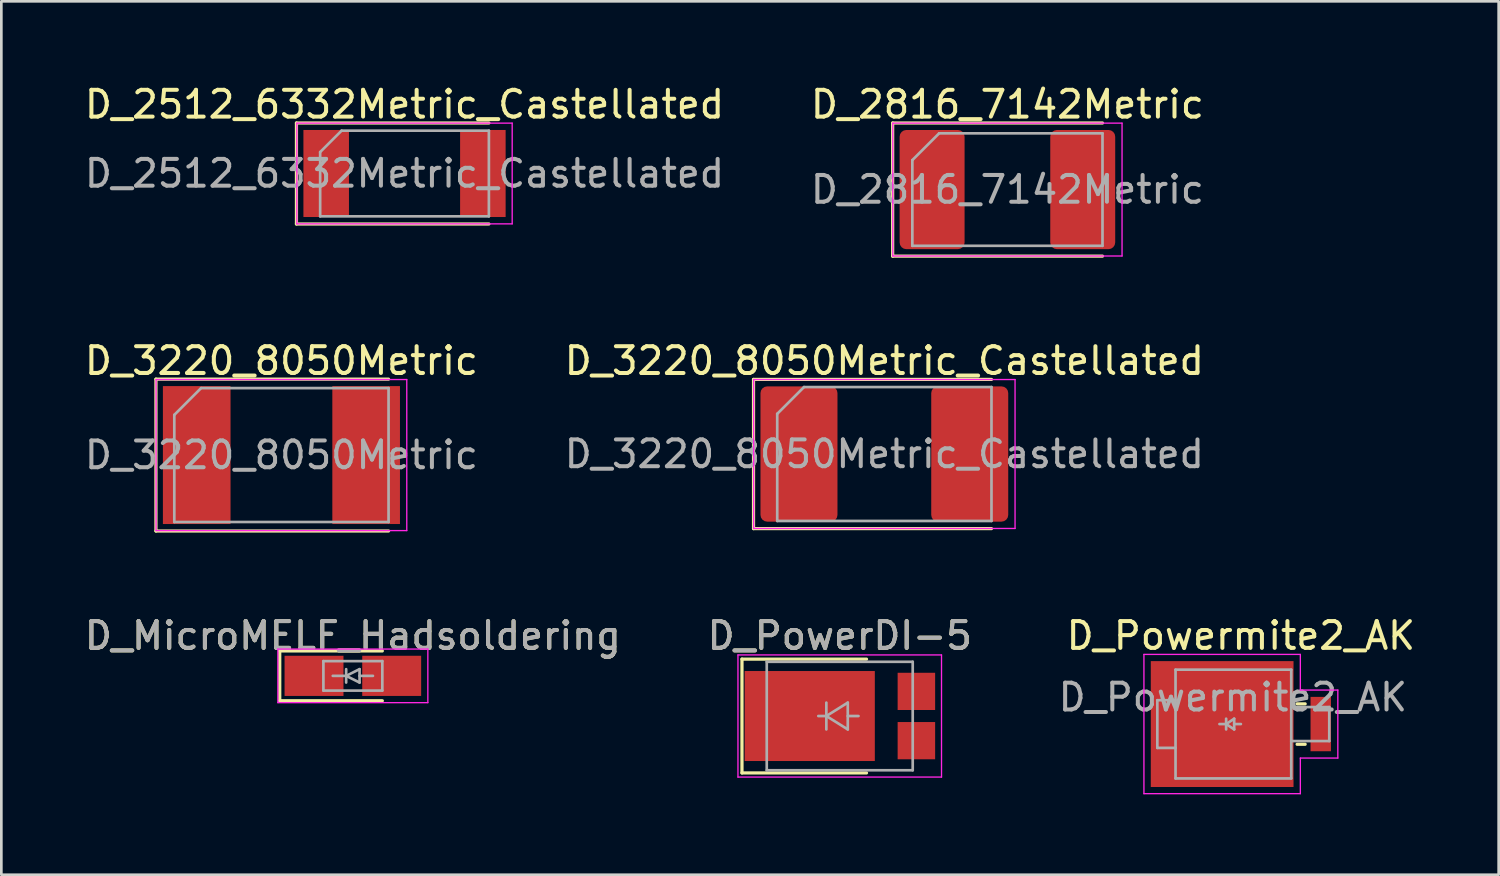
<source format=kicad_pcb>
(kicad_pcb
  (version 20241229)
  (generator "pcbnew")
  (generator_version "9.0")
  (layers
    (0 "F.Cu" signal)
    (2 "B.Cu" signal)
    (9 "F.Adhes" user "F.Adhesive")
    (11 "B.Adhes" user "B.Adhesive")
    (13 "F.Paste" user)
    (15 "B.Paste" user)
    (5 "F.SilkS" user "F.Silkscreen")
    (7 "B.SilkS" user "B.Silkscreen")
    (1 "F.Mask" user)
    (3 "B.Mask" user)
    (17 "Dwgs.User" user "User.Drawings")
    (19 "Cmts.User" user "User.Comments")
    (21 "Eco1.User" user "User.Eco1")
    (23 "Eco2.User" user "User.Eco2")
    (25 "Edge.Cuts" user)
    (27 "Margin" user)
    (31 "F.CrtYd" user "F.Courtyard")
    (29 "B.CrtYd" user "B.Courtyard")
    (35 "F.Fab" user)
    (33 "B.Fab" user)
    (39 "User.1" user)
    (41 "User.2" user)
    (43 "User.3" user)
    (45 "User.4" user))
  (footprint "D_MicroMELF_Hadsoldering"
    (layer "F.Cu")
    (at 10.125 22.185)
    (property "Reference" "D_MicroMELF_Hadsoldering" (at 0 -1.5 0) (layer "F.SilkS") (effects (font (size 1 1) (thickness 0.15))))
    (attr smd)
    (fp_line (start -2.73 -0.93) (end -2.73 0.93) (stroke (width 0.12) (type solid)) (layer "F.SilkS"))
    (fp_line (start -2.73 0.93) (end 1.1 0.93) (stroke (width 0.12) (type solid)) (layer "F.SilkS"))
    (fp_line (start 1.1 -0.93) (end -2.73 -0.93) (stroke (width 0.12) (type solid)) (layer "F.SilkS"))
    (fp_line (start -2.8 -1) (end -2.8 1) (stroke (width 0.05) (type solid)) (layer "F.CrtYd"))
    (fp_line (start -2.8 -1) (end 2.8 -1) (stroke (width 0.05) (type solid)) (layer "F.CrtYd"))
    (fp_line (start 2.8 1) (end -2.8 1) (stroke (width 0.05) (type solid)) (layer "F.CrtYd"))
    (fp_line (start 2.8 1) (end 2.8 -1) (stroke (width 0.05) (type solid)) (layer "F.CrtYd"))
    (fp_line (start -1.1 -0.55) (end 1.1 -0.55) (stroke (width 0.1) (type solid)) (layer "F.Fab"))
    (fp_line (start -1.1 0.55) (end -1.1 -0.55) (stroke (width 0.1) (type solid)) (layer "F.Fab"))
    (fp_line (start -0.25 -0.25) (end -0.25 0.25) (stroke (width 0.1) (type solid)) (layer "F.Fab"))
    (fp_line (start -0.25 0) (end -0.75 0) (stroke (width 0.1) (type solid)) (layer "F.Fab"))
    (fp_line (start -0.25 0) (end 0.25 -0.25) (stroke (width 0.1) (type solid)) (layer "F.Fab"))
    (fp_line (start 0.25 -0.25) (end 0.25 0.25) (stroke (width 0.1) (type solid)) (layer "F.Fab"))
    (fp_line (start 0.25 0) (end 0.75 0) (stroke (width 0.1) (type solid)) (layer "F.Fab"))
    (fp_line (start 0.25 0.25) (end -0.25 0) (stroke (width 0.1) (type solid)) (layer "F.Fab"))
    (fp_line (start 1.1 -0.55) (end 1.1 0.55) (stroke (width 0.1) (type solid)) (layer "F.Fab"))
    (fp_line (start 1.1 0.55) (end -1.1 0.55) (stroke (width 0.1) (type solid)) (layer "F.Fab"))
    (fp_text user "${REFERENCE}" (at 0 -1.5 0) (layer "F.Fab") (effects (font (size 1 1) (thickness 0.15))))
    (pad "1" smd rect (at -1.45 0) (size 2.2 1.5) (layers "F.Cu" "F.Mask" "F.Paste"))
    (pad "2" smd rect (at 1.45 0) (size 2.2 1.5) (layers "F.Cu" "F.Mask" "F.Paste")))
  (footprint "D_2816_7142Metric"
    (layer "F.Cu")
    (at 34.565 4.028)
    (property "Reference" "D_2816_7142Metric" (at 0 -3.18 0) (layer "F.SilkS") (effects (font (size 1 1) (thickness 0.15))))
    (attr smd)
    (fp_line (start -4.285 -2.485) (end -4.285 2.485) (stroke (width 0.12) (type solid)) (layer "F.SilkS"))
    (fp_line (start -4.285 2.485) (end 3.55 2.485) (stroke (width 0.12) (type solid)) (layer "F.SilkS"))
    (fp_line (start 3.55 -2.485) (end -4.285 -2.485) (stroke (width 0.12) (type solid)) (layer "F.SilkS"))
    (fp_line (start -4.28 -2.48) (end 4.28 -2.48) (stroke (width 0.05) (type solid)) (layer "F.CrtYd"))
    (fp_line (start -4.28 2.48) (end -4.28 -2.48) (stroke (width 0.05) (type solid)) (layer "F.CrtYd"))
    (fp_line (start 4.28 -2.48) (end 4.28 2.48) (stroke (width 0.05) (type solid)) (layer "F.CrtYd"))
    (fp_line (start 4.28 2.48) (end -4.28 2.48) (stroke (width 0.05) (type solid)) (layer "F.CrtYd"))
    (fp_line (start -3.55 -1.1) (end -3.55 2.1) (stroke (width 0.1) (type solid)) (layer "F.Fab"))
    (fp_line (start -3.55 2.1) (end 3.55 2.1) (stroke (width 0.1) (type solid)) (layer "F.Fab"))
    (fp_line (start -2.55 -2.1) (end -3.55 -1.1) (stroke (width 0.1) (type solid)) (layer "F.Fab"))
    (fp_line (start 3.55 -2.1) (end -2.55 -2.1) (stroke (width 0.1) (type solid)) (layer "F.Fab"))
    (fp_line (start 3.55 2.1) (end 3.55 -2.1) (stroke (width 0.1) (type solid)) (layer "F.Fab"))
    (fp_text user "${REFERENCE}" (at 0 0 0) (layer "F.Fab") (effects (font (size 1 1) (thickness 0.15))))
    (pad "1" smd roundrect (at -2.812 0) (size 2.425 4.45) (layers "F.Cu" "F.Mask" "F.Paste") (roundrect_rratio 0.103))
    (pad "2" smd roundrect (at 2.812 0) (size 2.425 4.45) (layers "F.Cu" "F.Mask" "F.Paste") (roundrect_rratio 0.103)))
  (footprint "D_Powermite2_AK"
    (layer "F.Cu")
    (at 43.282 23.985)
    (property "Reference" "D_Powermite2_AK" (at 0 -3.3 0) (layer "F.SilkS") (effects (font (size 1 1) (thickness 0.15))))
    (attr smd)
    (fp_line (start 2.4 -0.755) (end 2.1 -0.755) (stroke (width 0.12) (type solid)) (layer "F.SilkS"))
    (fp_line (start 2.4 0.755) (end 2.1 0.755) (stroke (width 0.12) (type solid)) (layer "F.SilkS"))
    (fp_line (start -3.62 -2.6) (end -3.62 2.6) (stroke (width 0.05) (type solid)) (layer "F.CrtYd"))
    (fp_line (start -3.62 2.6) (end 2.22 2.6) (stroke (width 0.05) (type solid)) (layer "F.CrtYd"))
    (fp_line (start 2.22 -2.6) (end -3.62 -2.6) (stroke (width 0.05) (type solid)) (layer "F.CrtYd"))
    (fp_line (start 2.22 -1.27) (end 2.22 -2.6) (stroke (width 0.05) (type solid)) (layer "F.CrtYd"))
    (fp_line (start 2.22 1.27) (end 3.62 1.27) (stroke (width 0.05) (type solid)) (layer "F.CrtYd"))
    (fp_line (start 2.22 2.6) (end 2.22 1.27) (stroke (width 0.05) (type solid)) (layer "F.CrtYd"))
    (fp_line (start 3.62 -1.27) (end 2.22 -1.27) (stroke (width 0.05) (type solid)) (layer "F.CrtYd"))
    (fp_line (start 3.62 1.27) (end 3.62 -1.27) (stroke (width 0.05) (type solid)) (layer "F.CrtYd"))
    (fp_line (start -3.12 -0.89) (end -2.44 -0.89) (stroke (width 0.1) (type solid)) (layer "F.Fab"))
    (fp_line (start -3.12 0.89) (end -3.12 -0.89) (stroke (width 0.1) (type solid)) (layer "F.Fab"))
    (fp_line (start -2.44 -2.03) (end -2.44 2.03) (stroke (width 0.1) (type solid)) (layer "F.Fab"))
    (fp_line (start -2.44 0.89) (end -3.12 0.89) (stroke (width 0.1) (type solid)) (layer "F.Fab"))
    (fp_line (start -2.44 2.03) (end 1.88 2.03) (stroke (width 0.1) (type solid)) (layer "F.Fab"))
    (fp_line (start -0.55 0) (end -0.8 0) (stroke (width 0.1) (type solid)) (layer "F.Fab"))
    (fp_line (start -0.55 0) (end -0.25 0.2) (stroke (width 0.1) (type solid)) (layer "F.Fab"))
    (fp_line (start -0.55 0.2) (end -0.55 -0.2) (stroke (width 0.1) (type solid)) (layer "F.Fab"))
    (fp_line (start -0.25 -0.2) (end -0.55 0) (stroke (width 0.1) (type solid)) (layer "F.Fab"))
    (fp_line (start -0.25 0) (end 0 0) (stroke (width 0.1) (type solid)) (layer "F.Fab"))
    (fp_line (start -0.25 0.2) (end -0.25 -0.2) (stroke (width 0.1) (type solid)) (layer "F.Fab"))
    (fp_line (start 1.88 -2.03) (end -2.44 -2.03) (stroke (width 0.1) (type solid)) (layer "F.Fab"))
    (fp_line (start 1.88 2.03) (end 1.88 -2.03) (stroke (width 0.1) (type solid)) (layer "F.Fab"))
    (fp_line (start 3.3 -0.635) (end 1.88 -0.635) (stroke (width 0.1) (type solid)) (layer "F.Fab"))
    (fp_line (start 3.3 0.635) (end 1.88 0.635) (stroke (width 0.1) (type solid)) (layer "F.Fab"))
    (fp_line (start 3.3 0.635) (end 3.3 -0.635) (stroke (width 0.1) (type solid)) (layer "F.Fab"))
    (fp_text user "${REFERENCE}" (at -0.3 -1 0) (layer "F.Fab") (effects (font (size 1 1) (thickness 0.15))))
    (pad "1" smd rect (at -0.699 0) (size 5.33 4.7) (layers "F.Cu" "F.Mask" "F.Paste"))
    (pad "2" smd rect (at 2.982 0) (size 0.762 2.03) (layers "F.Cu" "F.Mask" "F.Paste")))
  (footprint "D_3220_8050Metric"
    (layer "F.Cu")
    (at 7.458 13.941)
    (property "Reference" "D_3220_8050Metric" (at 0 -3.52 0) (layer "F.SilkS") (effects (font (size 1 1) (thickness 0.15))))
    (attr smd)
    (fp_line (start -4.685 -2.835) (end -4.685 2.835) (stroke (width 0.12) (type solid)) (layer "F.SilkS"))
    (fp_line (start -4.685 2.835) (end 4 2.835) (stroke (width 0.12) (type solid)) (layer "F.SilkS"))
    (fp_line (start 4 -2.835) (end -4.685 -2.835) (stroke (width 0.12) (type solid)) (layer "F.SilkS"))
    (fp_line (start -4.68 -2.82) (end 4.68 -2.82) (stroke (width 0.05) (type solid)) (layer "F.CrtYd"))
    (fp_line (start -4.68 2.82) (end -4.68 -2.82) (stroke (width 0.05) (type solid)) (layer "F.CrtYd"))
    (fp_line (start 4.68 -2.82) (end 4.68 2.82) (stroke (width 0.05) (type solid)) (layer "F.CrtYd"))
    (fp_line (start 4.68 2.82) (end -4.68 2.82) (stroke (width 0.05) (type solid)) (layer "F.CrtYd"))
    (fp_line (start -4 -1.5) (end -4 2.5) (stroke (width 0.1) (type solid)) (layer "F.Fab"))
    (fp_line (start -4 2.5) (end 4 2.5) (stroke (width 0.1) (type solid)) (layer "F.Fab"))
    (fp_line (start -3 -2.5) (end -4 -1.5) (stroke (width 0.1) (type solid)) (layer "F.Fab"))
    (fp_line (start 4 -2.5) (end -3 -2.5) (stroke (width 0.1) (type solid)) (layer "F.Fab"))
    (fp_line (start 4 2.5) (end 4 -2.5) (stroke (width 0.1) (type solid)) (layer "F.Fab"))
    (fp_text user "${REFERENCE}" (at 0 0 0) (layer "F.Fab") (effects (font (size 1 1) (thickness 0.15))))
    (pad "1" smd rect (at -3.163 0) (size 2.525 5.15) (layers "F.Cu" "F.Mask" "F.Paste"))
    (pad "2" smd rect (at 3.163 0) (size 2.525 5.15) (layers "F.Cu" "F.Mask" "F.Paste")))
  (footprint "D_PowerDI-5"
    (layer "F.Cu")
    (at 28.304 23.685)
    (property "Reference" "D_PowerDI-5" (at 0 -3 0) (layer "F.SilkS") (effects (font (size 1 1) (thickness 0.15))))
    (attr smd)
    (fp_line (start -3.65 2.125) (end -3.65 -2.125) (stroke (width 0.12) (type solid)) (layer "F.SilkS"))
    (fp_line (start -3.65 2.125) (end 1 2.125) (stroke (width 0.12) (type solid)) (layer "F.SilkS"))
    (fp_line (start 1 -2.125) (end -3.65 -2.125) (stroke (width 0.12) (type solid)) (layer "F.SilkS"))
    (fp_line (start -3.8 -2.28) (end 3.8 -2.28) (stroke (width 0.05) (type solid)) (layer "F.CrtYd"))
    (fp_line (start -3.8 2.28) (end -3.8 -2.28) (stroke (width 0.05) (type solid)) (layer "F.CrtYd"))
    (fp_line (start 3.8 -2.28) (end 3.8 2.28) (stroke (width 0.05) (type solid)) (layer "F.CrtYd"))
    (fp_line (start 3.8 2.28) (end -3.8 2.28) (stroke (width 0.05) (type solid)) (layer "F.CrtYd"))
    (fp_line (start -2.725 -2.025) (end 2.725 -2.025) (stroke (width 0.1) (type solid)) (layer "F.Fab"))
    (fp_line (start -2.725 2.025) (end -2.725 -2.025) (stroke (width 0.1) (type solid)) (layer "F.Fab"))
    (fp_line (start -0.8 0) (end -0.5 0) (stroke (width 0.1) (type solid)) (layer "F.Fab"))
    (fp_line (start -0.5 0) (end -0.5 -0.5) (stroke (width 0.1) (type solid)) (layer "F.Fab"))
    (fp_line (start -0.5 0) (end -0.5 0.5) (stroke (width 0.1) (type solid)) (layer "F.Fab"))
    (fp_line (start -0.5 0) (end 0.3 0.5) (stroke (width 0.1) (type solid)) (layer "F.Fab"))
    (fp_line (start 0.3 -0.5) (end -0.5 0) (stroke (width 0.1) (type solid)) (layer "F.Fab"))
    (fp_line (start 0.3 0) (end 0.7 0) (stroke (width 0.1) (type solid)) (layer "F.Fab"))
    (fp_line (start 0.3 0.5) (end 0.3 -0.5) (stroke (width 0.1) (type solid)) (layer "F.Fab"))
    (fp_line (start 2.725 -2.025) (end 2.725 2.025) (stroke (width 0.1) (type solid)) (layer "F.Fab"))
    (fp_line (start 2.725 2.025) (end -2.725 2.025) (stroke (width 0.1) (type solid)) (layer "F.Fab"))
    (fp_text user "${REFERENCE}" (at 0 -3 0) (layer "F.Fab") (effects (font (size 1 1) (thickness 0.15))))
    (pad "1" smd rect (at -1.12 0 180) (size 4.86 3.36) (layers "F.Cu" "F.Mask" "F.Paste"))
    (pad "2" smd rect (at 2.862 -0.92 180) (size 1.4 1.39) (layers "F.Cu" "F.Mask" "F.Paste"))
    (pad "2" smd rect (at 2.862 0.92 180) (size 1.4 1.39) (layers "F.Cu" "F.Mask" "F.Paste")))
  (footprint "D_3220_8050Metric_Castellated"
    (layer "F.Cu")
    (at 29.97 13.902)
    (property "Reference" "D_3220_8050Metric_Castellated" (at 0 -3.48 0) (layer "F.SilkS") (effects (font (size 1 1) (thickness 0.15))))
    (attr smd)
    (fp_line (start -4.885 -2.785) (end -4.885 2.785) (stroke (width 0.12) (type solid)) (layer "F.SilkS"))
    (fp_line (start -4.885 2.785) (end 4 2.785) (stroke (width 0.12) (type solid)) (layer "F.SilkS"))
    (fp_line (start 4 -2.785) (end -4.885 -2.785) (stroke (width 0.12) (type solid)) (layer "F.SilkS"))
    (fp_line (start -4.88 -2.78) (end 4.88 -2.78) (stroke (width 0.05) (type solid)) (layer "F.CrtYd"))
    (fp_line (start -4.88 2.78) (end -4.88 -2.78) (stroke (width 0.05) (type solid)) (layer "F.CrtYd"))
    (fp_line (start 4.88 -2.78) (end 4.88 2.78) (stroke (width 0.05) (type solid)) (layer "F.CrtYd"))
    (fp_line (start 4.88 2.78) (end -4.88 2.78) (stroke (width 0.05) (type solid)) (layer "F.CrtYd"))
    (fp_line (start -4 -1.5) (end -4 2.5) (stroke (width 0.1) (type solid)) (layer "F.Fab"))
    (fp_line (start -4 2.5) (end 4 2.5) (stroke (width 0.1) (type solid)) (layer "F.Fab"))
    (fp_line (start -3 -2.5) (end -4 -1.5) (stroke (width 0.1) (type solid)) (layer "F.Fab"))
    (fp_line (start 4 -2.5) (end -3 -2.5) (stroke (width 0.1) (type solid)) (layer "F.Fab"))
    (fp_line (start 4 2.5) (end 4 -2.5) (stroke (width 0.1) (type solid)) (layer "F.Fab"))
    (fp_text user "${REFERENCE}" (at 0 0 0) (layer "F.Fab") (effects (font (size 1 1) (thickness 0.15))))
    (pad "1" smd roundrect (at -3.188 0) (size 2.875 5.05) (layers "F.Cu" "F.Mask" "F.Paste") (roundrect_rratio 0.087))
    (pad "2" smd roundrect (at 3.188 0) (size 2.875 5.05) (layers "F.Cu" "F.Mask" "F.Paste") (roundrect_rratio 0.087)))
  (footprint "D_2512_6332Metric_Castellated"
    (layer "F.Cu")
    (at 12.054 3.428)
    (property "Reference" "D_2512_6332Metric_Castellated" (at 0 -2.58 0) (layer "F.SilkS") (effects (font (size 1 1) (thickness 0.15))))
    (attr smd)
    (fp_line (start -4.035 -1.885) (end -4.035 1.885) (stroke (width 0.12) (type solid)) (layer "F.SilkS"))
    (fp_line (start -4.035 1.885) (end 3.15 1.885) (stroke (width 0.12) (type solid)) (layer "F.SilkS"))
    (fp_line (start 3.15 -1.885) (end -4.035 -1.885) (stroke (width 0.12) (type solid)) (layer "F.SilkS"))
    (fp_line (start -4.02 -1.88) (end 4.02 -1.88) (stroke (width 0.05) (type solid)) (layer "F.CrtYd"))
    (fp_line (start -4.02 1.88) (end -4.02 -1.88) (stroke (width 0.05) (type solid)) (layer "F.CrtYd"))
    (fp_line (start 4.02 -1.88) (end 4.02 1.88) (stroke (width 0.05) (type solid)) (layer "F.CrtYd"))
    (fp_line (start 4.02 1.88) (end -4.02 1.88) (stroke (width 0.05) (type solid)) (layer "F.CrtYd"))
    (fp_line (start -3.15 -0.8) (end -3.15 1.6) (stroke (width 0.1) (type solid)) (layer "F.Fab"))
    (fp_line (start -3.15 1.6) (end 3.15 1.6) (stroke (width 0.1) (type solid)) (layer "F.Fab"))
    (fp_line (start -2.35 -1.6) (end -3.15 -0.8) (stroke (width 0.1) (type solid)) (layer "F.Fab"))
    (fp_line (start 3.15 -1.6) (end -2.35 -1.6) (stroke (width 0.1) (type solid)) (layer "F.Fab"))
    (fp_line (start 3.15 1.6) (end 3.15 -1.6) (stroke (width 0.1) (type solid)) (layer "F.Fab"))
    (fp_text user "${REFERENCE}" (at 0 0 0) (layer "F.Fab") (effects (font (size 1 1) (thickness 0.15))))
    (pad "1" smd rect (at -2.925 0) (size 1.7 3.25) (layers "F.Cu" "F.Mask" "F.Paste"))
    (pad "2" smd rect (at 2.925 0) (size 1.7 3.25) (layers "F.Cu" "F.Mask" "F.Paste")))
  (gr_rect
    (start -3 -3)
    (end 52.907 29.61)
    (stroke (width 0.1) (type default))
    (fill no)
    (layer "Edge.Cuts")))
</source>
